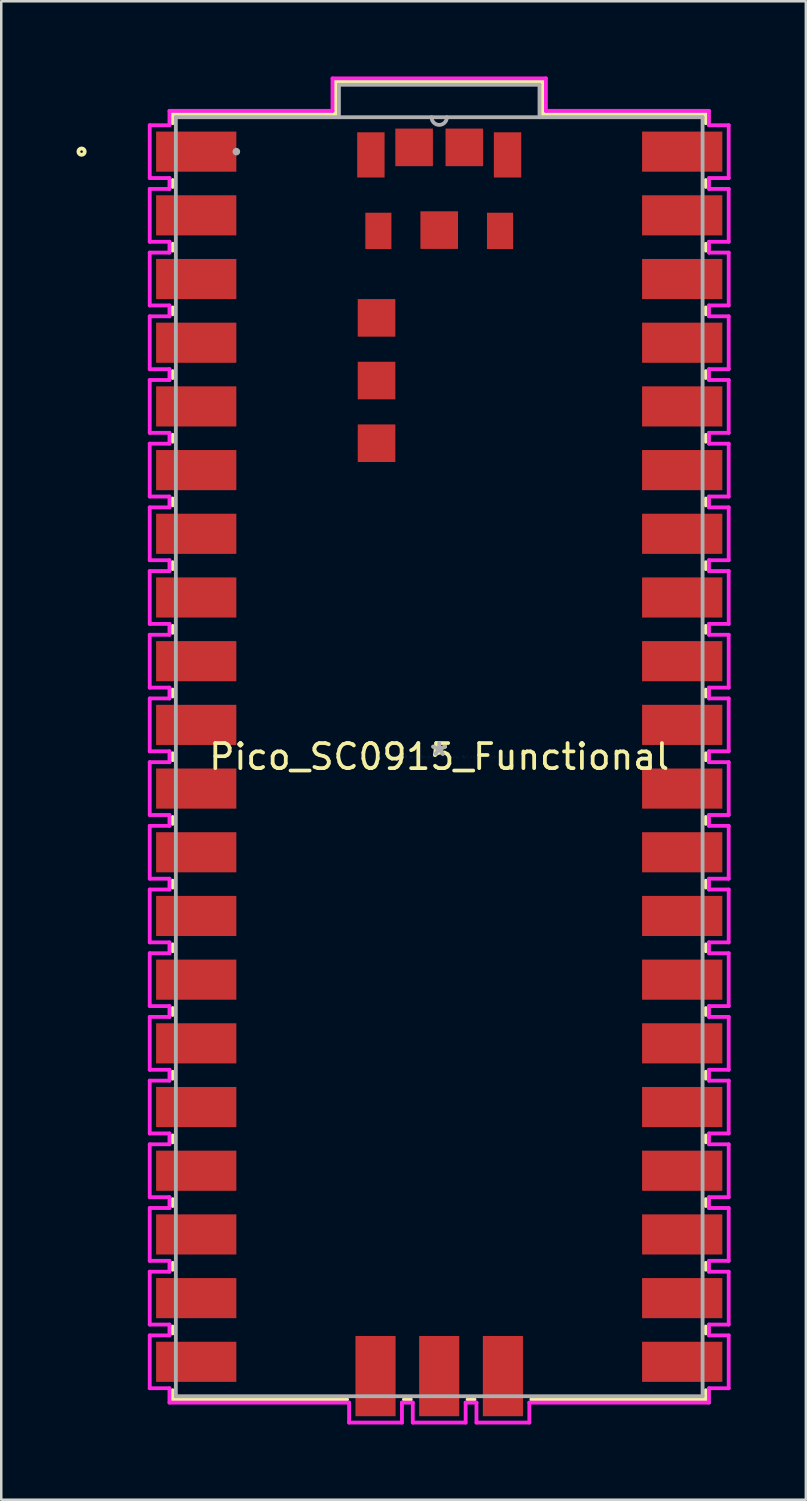
<source format=kicad_pcb>
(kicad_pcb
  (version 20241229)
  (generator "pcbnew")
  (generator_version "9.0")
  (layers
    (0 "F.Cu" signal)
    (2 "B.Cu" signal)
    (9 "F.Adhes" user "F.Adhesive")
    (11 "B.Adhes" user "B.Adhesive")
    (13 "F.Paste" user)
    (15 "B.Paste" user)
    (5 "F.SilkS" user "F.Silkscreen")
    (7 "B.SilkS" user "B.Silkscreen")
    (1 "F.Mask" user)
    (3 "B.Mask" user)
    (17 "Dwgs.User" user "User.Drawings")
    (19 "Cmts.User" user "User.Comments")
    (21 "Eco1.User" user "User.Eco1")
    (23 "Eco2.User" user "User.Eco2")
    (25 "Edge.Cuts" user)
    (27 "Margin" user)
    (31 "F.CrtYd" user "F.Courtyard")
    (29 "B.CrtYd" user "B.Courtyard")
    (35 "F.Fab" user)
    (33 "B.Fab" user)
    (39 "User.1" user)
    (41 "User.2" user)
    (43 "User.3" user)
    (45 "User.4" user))
  (footprint "Pico_SC0915_Functional"
    (layer "F.Cu")
    (at 14.465 27.127)
    (property "Reference" "Pico_SC0915_Functional" (at 0 0 0) (layer "F.SilkS") (effects (font (size 1 1) (thickness 0.15))))
    (attr through_hole)
    (fp_line (start -10.63 -25.629) (end -4.128 -25.629) (stroke (width 0.152) (type solid)) (layer "F.SilkS"))
    (fp_line (start -10.63 -25.263) (end -10.63 -25.629) (stroke (width 0.152) (type solid)) (layer "F.SilkS"))
    (fp_line (start -10.63 -22.723) (end -10.63 -22.997) (stroke (width 0.152) (type solid)) (layer "F.SilkS"))
    (fp_line (start -10.63 -20.183) (end -10.63 -20.457) (stroke (width 0.152) (type solid)) (layer "F.SilkS"))
    (fp_line (start -10.63 -17.643) (end -10.63 -17.917) (stroke (width 0.152) (type solid)) (layer "F.SilkS"))
    (fp_line (start -10.63 -15.103) (end -10.63 -15.377) (stroke (width 0.152) (type solid)) (layer "F.SilkS"))
    (fp_line (start -10.63 -12.563) (end -10.63 -12.837) (stroke (width 0.152) (type solid)) (layer "F.SilkS"))
    (fp_line (start -10.63 -10.023) (end -10.63 -10.297) (stroke (width 0.152) (type solid)) (layer "F.SilkS"))
    (fp_line (start -10.63 -7.483) (end -10.63 -7.757) (stroke (width 0.152) (type solid)) (layer "F.SilkS"))
    (fp_line (start -10.63 -4.943) (end -10.63 -5.217) (stroke (width 0.152) (type solid)) (layer "F.SilkS"))
    (fp_line (start -10.63 -2.403) (end -10.63 -2.677) (stroke (width 0.152) (type solid)) (layer "F.SilkS"))
    (fp_line (start -10.63 0.137) (end -10.63 -0.137) (stroke (width 0.152) (type solid)) (layer "F.SilkS"))
    (fp_line (start -10.63 2.677) (end -10.63 2.403) (stroke (width 0.152) (type solid)) (layer "F.SilkS"))
    (fp_line (start -10.63 5.217) (end -10.63 4.943) (stroke (width 0.152) (type solid)) (layer "F.SilkS"))
    (fp_line (start -10.63 7.757) (end -10.63 7.483) (stroke (width 0.152) (type solid)) (layer "F.SilkS"))
    (fp_line (start -10.63 10.297) (end -10.63 10.023) (stroke (width 0.152) (type solid)) (layer "F.SilkS"))
    (fp_line (start -10.63 12.837) (end -10.63 12.563) (stroke (width 0.152) (type solid)) (layer "F.SilkS"))
    (fp_line (start -10.63 15.377) (end -10.63 15.103) (stroke (width 0.152) (type solid)) (layer "F.SilkS"))
    (fp_line (start -10.63 17.917) (end -10.63 17.643) (stroke (width 0.152) (type solid)) (layer "F.SilkS"))
    (fp_line (start -10.63 20.457) (end -10.63 20.183) (stroke (width 0.152) (type solid)) (layer "F.SilkS"))
    (fp_line (start -10.63 22.997) (end -10.63 22.723) (stroke (width 0.152) (type solid)) (layer "F.SilkS"))
    (fp_line (start -10.63 25.629) (end -10.63 25.263) (stroke (width 0.152) (type solid)) (layer "F.SilkS"))
    (fp_line (start -4.128 -26.924) (end 4.128 -26.924) (stroke (width 0.152) (type solid)) (layer "F.SilkS"))
    (fp_line (start -4.128 -25.629) (end -4.128 -26.924) (stroke (width 0.152) (type solid)) (layer "F.SilkS"))
    (fp_line (start -3.673 25.629) (end -10.63 25.629) (stroke (width 0.152) (type solid)) (layer "F.SilkS"))
    (fp_line (start -1.133 25.629) (end -1.407 25.629) (stroke (width 0.152) (type solid)) (layer "F.SilkS"))
    (fp_line (start 1.407 25.629) (end 1.133 25.629) (stroke (width 0.152) (type solid)) (layer "F.SilkS"))
    (fp_line (start 4.128 -26.924) (end 4.128 -25.629) (stroke (width 0.152) (type solid)) (layer "F.SilkS"))
    (fp_line (start 4.128 -25.629) (end 10.63 -25.629) (stroke (width 0.152) (type solid)) (layer "F.SilkS"))
    (fp_line (start 10.63 -25.629) (end 10.63 -25.263) (stroke (width 0.152) (type solid)) (layer "F.SilkS"))
    (fp_line (start 10.63 -22.997) (end 10.63 -22.723) (stroke (width 0.152) (type solid)) (layer "F.SilkS"))
    (fp_line (start 10.63 -20.457) (end 10.63 -20.183) (stroke (width 0.152) (type solid)) (layer "F.SilkS"))
    (fp_line (start 10.63 -17.917) (end 10.63 -17.643) (stroke (width 0.152) (type solid)) (layer "F.SilkS"))
    (fp_line (start 10.63 -15.377) (end 10.63 -15.103) (stroke (width 0.152) (type solid)) (layer "F.SilkS"))
    (fp_line (start 10.63 -12.837) (end 10.63 -12.563) (stroke (width 0.152) (type solid)) (layer "F.SilkS"))
    (fp_line (start 10.63 -10.297) (end 10.63 -10.023) (stroke (width 0.152) (type solid)) (layer "F.SilkS"))
    (fp_line (start 10.63 -7.757) (end 10.63 -7.483) (stroke (width 0.152) (type solid)) (layer "F.SilkS"))
    (fp_line (start 10.63 -5.217) (end 10.63 -4.943) (stroke (width 0.152) (type solid)) (layer "F.SilkS"))
    (fp_line (start 10.63 -2.677) (end 10.63 -2.403) (stroke (width 0.152) (type solid)) (layer "F.SilkS"))
    (fp_line (start 10.63 -0.137) (end 10.63 0.137) (stroke (width 0.152) (type solid)) (layer "F.SilkS"))
    (fp_line (start 10.63 2.403) (end 10.63 2.677) (stroke (width 0.152) (type solid)) (layer "F.SilkS"))
    (fp_line (start 10.63 4.943) (end 10.63 5.217) (stroke (width 0.152) (type solid)) (layer "F.SilkS"))
    (fp_line (start 10.63 7.483) (end 10.63 7.757) (stroke (width 0.152) (type solid)) (layer "F.SilkS"))
    (fp_line (start 10.63 10.023) (end 10.63 10.297) (stroke (width 0.152) (type solid)) (layer "F.SilkS"))
    (fp_line (start 10.63 12.563) (end 10.63 12.837) (stroke (width 0.152) (type solid)) (layer "F.SilkS"))
    (fp_line (start 10.63 15.103) (end 10.63 15.377) (stroke (width 0.152) (type solid)) (layer "F.SilkS"))
    (fp_line (start 10.63 17.643) (end 10.63 17.917) (stroke (width 0.152) (type solid)) (layer "F.SilkS"))
    (fp_line (start 10.63 20.183) (end 10.63 20.457) (stroke (width 0.152) (type solid)) (layer "F.SilkS"))
    (fp_line (start 10.63 22.723) (end 10.63 22.997) (stroke (width 0.152) (type solid)) (layer "F.SilkS"))
    (fp_line (start 10.63 25.263) (end 10.63 25.629) (stroke (width 0.152) (type solid)) (layer "F.SilkS"))
    (fp_line (start 10.63 25.629) (end 3.673 25.629) (stroke (width 0.152) (type solid)) (layer "F.SilkS"))
    (fp_circle (center -14.262 -24.13) (end -14.135 -24.13) (stroke (width 0.152) (type solid)) (fill no) (layer "F.SilkS"))
    (fp_line (start -11.544 -25.184) (end -11.544 -23.076) (stroke (width 0.152) (type solid)) (layer "F.CrtYd"))
    (fp_line (start -11.544 -23.076) (end -10.757 -23.076) (stroke (width 0.152) (type solid)) (layer "F.CrtYd"))
    (fp_line (start -11.544 -22.644) (end -11.544 -20.536) (stroke (width 0.152) (type solid)) (layer "F.CrtYd"))
    (fp_line (start -11.544 -20.536) (end -10.757 -20.536) (stroke (width 0.152) (type solid)) (layer "F.CrtYd"))
    (fp_line (start -11.544 -20.104) (end -11.544 -17.996) (stroke (width 0.152) (type solid)) (layer "F.CrtYd"))
    (fp_line (start -11.544 -17.996) (end -10.757 -17.996) (stroke (width 0.152) (type solid)) (layer "F.CrtYd"))
    (fp_line (start -11.544 -17.564) (end -11.544 -15.456) (stroke (width 0.152) (type solid)) (layer "F.CrtYd"))
    (fp_line (start -11.544 -15.456) (end -10.757 -15.456) (stroke (width 0.152) (type solid)) (layer "F.CrtYd"))
    (fp_line (start -11.544 -15.024) (end -11.544 -12.916) (stroke (width 0.152) (type solid)) (layer "F.CrtYd"))
    (fp_line (start -11.544 -12.916) (end -10.757 -12.916) (stroke (width 0.152) (type solid)) (layer "F.CrtYd"))
    (fp_line (start -11.544 -12.484) (end -11.544 -10.376) (stroke (width 0.152) (type solid)) (layer "F.CrtYd"))
    (fp_line (start -11.544 -10.376) (end -10.757 -10.376) (stroke (width 0.152) (type solid)) (layer "F.CrtYd"))
    (fp_line (start -11.544 -9.944) (end -11.544 -7.836) (stroke (width 0.152) (type solid)) (layer "F.CrtYd"))
    (fp_line (start -11.544 -7.836) (end -10.757 -7.836) (stroke (width 0.152) (type solid)) (layer "F.CrtYd"))
    (fp_line (start -11.544 -7.404) (end -11.544 -5.296) (stroke (width 0.152) (type solid)) (layer "F.CrtYd"))
    (fp_line (start -11.544 -5.296) (end -10.757 -5.296) (stroke (width 0.152) (type solid)) (layer "F.CrtYd"))
    (fp_line (start -11.544 -4.864) (end -11.544 -2.756) (stroke (width 0.152) (type solid)) (layer "F.CrtYd"))
    (fp_line (start -11.544 -2.756) (end -10.757 -2.756) (stroke (width 0.152) (type solid)) (layer "F.CrtYd"))
    (fp_line (start -11.544 -2.324) (end -11.544 -0.216) (stroke (width 0.152) (type solid)) (layer "F.CrtYd"))
    (fp_line (start -11.544 -0.216) (end -10.757 -0.216) (stroke (width 0.152) (type solid)) (layer "F.CrtYd"))
    (fp_line (start -11.544 0.216) (end -11.544 2.324) (stroke (width 0.152) (type solid)) (layer "F.CrtYd"))
    (fp_line (start -11.544 2.324) (end -10.757 2.324) (stroke (width 0.152) (type solid)) (layer "F.CrtYd"))
    (fp_line (start -11.544 2.756) (end -11.544 4.864) (stroke (width 0.152) (type solid)) (layer "F.CrtYd"))
    (fp_line (start -11.544 4.864) (end -10.757 4.864) (stroke (width 0.152) (type solid)) (layer "F.CrtYd"))
    (fp_line (start -11.544 5.296) (end -11.544 7.404) (stroke (width 0.152) (type solid)) (layer "F.CrtYd"))
    (fp_line (start -11.544 7.404) (end -10.757 7.404) (stroke (width 0.152) (type solid)) (layer "F.CrtYd"))
    (fp_line (start -11.544 7.836) (end -11.544 9.944) (stroke (width 0.152) (type solid)) (layer "F.CrtYd"))
    (fp_line (start -11.544 9.944) (end -10.757 9.944) (stroke (width 0.152) (type solid)) (layer "F.CrtYd"))
    (fp_line (start -11.544 10.376) (end -11.544 12.484) (stroke (width 0.152) (type solid)) (layer "F.CrtYd"))
    (fp_line (start -11.544 12.484) (end -10.757 12.484) (stroke (width 0.152) (type solid)) (layer "F.CrtYd"))
    (fp_line (start -11.544 12.916) (end -11.544 15.024) (stroke (width 0.152) (type solid)) (layer "F.CrtYd"))
    (fp_line (start -11.544 15.024) (end -10.757 15.024) (stroke (width 0.152) (type solid)) (layer "F.CrtYd"))
    (fp_line (start -11.544 15.456) (end -11.544 17.564) (stroke (width 0.152) (type solid)) (layer "F.CrtYd"))
    (fp_line (start -11.544 17.564) (end -10.757 17.564) (stroke (width 0.152) (type solid)) (layer "F.CrtYd"))
    (fp_line (start -11.544 17.996) (end -11.544 20.104) (stroke (width 0.152) (type solid)) (layer "F.CrtYd"))
    (fp_line (start -11.544 20.104) (end -10.757 20.104) (stroke (width 0.152) (type solid)) (layer "F.CrtYd"))
    (fp_line (start -11.544 20.536) (end -11.544 22.644) (stroke (width 0.152) (type solid)) (layer "F.CrtYd"))
    (fp_line (start -11.544 22.644) (end -10.757 22.644) (stroke (width 0.152) (type solid)) (layer "F.CrtYd"))
    (fp_line (start -11.544 23.076) (end -11.544 25.184) (stroke (width 0.152) (type solid)) (layer "F.CrtYd"))
    (fp_line (start -11.544 25.184) (end -10.757 25.184) (stroke (width 0.152) (type solid)) (layer "F.CrtYd"))
    (fp_line (start -10.757 -25.756) (end -10.757 -25.184) (stroke (width 0.152) (type solid)) (layer "F.CrtYd"))
    (fp_line (start -10.757 -25.184) (end -11.544 -25.184) (stroke (width 0.152) (type solid)) (layer "F.CrtYd"))
    (fp_line (start -10.757 -23.076) (end -10.757 -22.644) (stroke (width 0.152) (type solid)) (layer "F.CrtYd"))
    (fp_line (start -10.757 -22.644) (end -11.544 -22.644) (stroke (width 0.152) (type solid)) (layer "F.CrtYd"))
    (fp_line (start -10.757 -20.536) (end -10.757 -20.104) (stroke (width 0.152) (type solid)) (layer "F.CrtYd"))
    (fp_line (start -10.757 -20.104) (end -11.544 -20.104) (stroke (width 0.152) (type solid)) (layer "F.CrtYd"))
    (fp_line (start -10.757 -17.996) (end -10.757 -17.564) (stroke (width 0.152) (type solid)) (layer "F.CrtYd"))
    (fp_line (start -10.757 -17.564) (end -11.544 -17.564) (stroke (width 0.152) (type solid)) (layer "F.CrtYd"))
    (fp_line (start -10.757 -15.456) (end -10.757 -15.024) (stroke (width 0.152) (type solid)) (layer "F.CrtYd"))
    (fp_line (start -10.757 -15.024) (end -11.544 -15.024) (stroke (width 0.152) (type solid)) (layer "F.CrtYd"))
    (fp_line (start -10.757 -12.916) (end -10.757 -12.484) (stroke (width 0.152) (type solid)) (layer "F.CrtYd"))
    (fp_line (start -10.757 -12.484) (end -11.544 -12.484) (stroke (width 0.152) (type solid)) (layer "F.CrtYd"))
    (fp_line (start -10.757 -10.376) (end -10.757 -9.944) (stroke (width 0.152) (type solid)) (layer "F.CrtYd"))
    (fp_line (start -10.757 -9.944) (end -11.544 -9.944) (stroke (width 0.152) (type solid)) (layer "F.CrtYd"))
    (fp_line (start -10.757 -7.836) (end -10.757 -7.404) (stroke (width 0.152) (type solid)) (layer "F.CrtYd"))
    (fp_line (start -10.757 -7.404) (end -11.544 -7.404) (stroke (width 0.152) (type solid)) (layer "F.CrtYd"))
    (fp_line (start -10.757 -5.296) (end -10.757 -4.864) (stroke (width 0.152) (type solid)) (layer "F.CrtYd"))
    (fp_line (start -10.757 -4.864) (end -11.544 -4.864) (stroke (width 0.152) (type solid)) (layer "F.CrtYd"))
    (fp_line (start -10.757 -2.756) (end -10.757 -2.324) (stroke (width 0.152) (type solid)) (layer "F.CrtYd"))
    (fp_line (start -10.757 -2.324) (end -11.544 -2.324) (stroke (width 0.152) (type solid)) (layer "F.CrtYd"))
    (fp_line (start -10.757 -0.216) (end -10.757 0.216) (stroke (width 0.152) (type solid)) (layer "F.CrtYd"))
    (fp_line (start -10.757 0.216) (end -11.544 0.216) (stroke (width 0.152) (type solid)) (layer "F.CrtYd"))
    (fp_line (start -10.757 2.324) (end -10.757 2.756) (stroke (width 0.152) (type solid)) (layer "F.CrtYd"))
    (fp_line (start -10.757 2.756) (end -11.544 2.756) (stroke (width 0.152) (type solid)) (layer "F.CrtYd"))
    (fp_line (start -10.757 4.864) (end -10.757 5.296) (stroke (width 0.152) (type solid)) (layer "F.CrtYd"))
    (fp_line (start -10.757 5.296) (end -11.544 5.296) (stroke (width 0.152) (type solid)) (layer "F.CrtYd"))
    (fp_line (start -10.757 7.404) (end -10.757 7.836) (stroke (width 0.152) (type solid)) (layer "F.CrtYd"))
    (fp_line (start -10.757 7.836) (end -11.544 7.836) (stroke (width 0.152) (type solid)) (layer "F.CrtYd"))
    (fp_line (start -10.757 9.944) (end -10.757 10.376) (stroke (width 0.152) (type solid)) (layer "F.CrtYd"))
    (fp_line (start -10.757 10.376) (end -11.544 10.376) (stroke (width 0.152) (type solid)) (layer "F.CrtYd"))
    (fp_line (start -10.757 12.484) (end -10.757 12.916) (stroke (width 0.152) (type solid)) (layer "F.CrtYd"))
    (fp_line (start -10.757 12.916) (end -11.544 12.916) (stroke (width 0.152) (type solid)) (layer "F.CrtYd"))
    (fp_line (start -10.757 15.024) (end -10.757 15.456) (stroke (width 0.152) (type solid)) (layer "F.CrtYd"))
    (fp_line (start -10.757 15.456) (end -11.544 15.456) (stroke (width 0.152) (type solid)) (layer "F.CrtYd"))
    (fp_line (start -10.757 17.564) (end -10.757 17.996) (stroke (width 0.152) (type solid)) (layer "F.CrtYd"))
    (fp_line (start -10.757 17.996) (end -11.544 17.996) (stroke (width 0.152) (type solid)) (layer "F.CrtYd"))
    (fp_line (start -10.757 20.104) (end -10.757 20.536) (stroke (width 0.152) (type solid)) (layer "F.CrtYd"))
    (fp_line (start -10.757 20.536) (end -11.544 20.536) (stroke (width 0.152) (type solid)) (layer "F.CrtYd"))
    (fp_line (start -10.757 22.644) (end -10.757 23.076) (stroke (width 0.152) (type solid)) (layer "F.CrtYd"))
    (fp_line (start -10.757 23.076) (end -11.544 23.076) (stroke (width 0.152) (type solid)) (layer "F.CrtYd"))
    (fp_line (start -10.757 25.184) (end -10.757 25.756) (stroke (width 0.152) (type solid)) (layer "F.CrtYd"))
    (fp_line (start -10.757 25.756) (end -3.594 25.756) (stroke (width 0.152) (type solid)) (layer "F.CrtYd"))
    (fp_line (start -4.255 -27.051) (end -4.255 -25.756) (stroke (width 0.152) (type solid)) (layer "F.CrtYd"))
    (fp_line (start -4.255 -25.756) (end -10.757 -25.756) (stroke (width 0.152) (type solid)) (layer "F.CrtYd"))
    (fp_line (start -3.594 25.756) (end -3.594 26.553) (stroke (width 0.152) (type solid)) (layer "F.CrtYd"))
    (fp_line (start -3.594 26.553) (end -1.486 26.553) (stroke (width 0.152) (type solid)) (layer "F.CrtYd"))
    (fp_line (start -1.486 25.756) (end -1.054 25.756) (stroke (width 0.152) (type solid)) (layer "F.CrtYd"))
    (fp_line (start -1.486 26.553) (end -1.486 25.756) (stroke (width 0.152) (type solid)) (layer "F.CrtYd"))
    (fp_line (start -1.054 25.756) (end -1.054 26.553) (stroke (width 0.152) (type solid)) (layer "F.CrtYd"))
    (fp_line (start -1.054 26.553) (end 1.054 26.553) (stroke (width 0.152) (type solid)) (layer "F.CrtYd"))
    (fp_line (start 1.054 25.756) (end 1.486 25.756) (stroke (width 0.152) (type solid)) (layer "F.CrtYd"))
    (fp_line (start 1.054 26.553) (end 1.054 25.756) (stroke (width 0.152) (type solid)) (layer "F.CrtYd"))
    (fp_line (start 1.486 25.756) (end 1.486 26.553) (stroke (width 0.152) (type solid)) (layer "F.CrtYd"))
    (fp_line (start 1.486 26.553) (end 3.594 26.553) (stroke (width 0.152) (type solid)) (layer "F.CrtYd"))
    (fp_line (start 3.594 25.756) (end 10.757 25.756) (stroke (width 0.152) (type solid)) (layer "F.CrtYd"))
    (fp_line (start 3.594 26.553) (end 3.594 25.756) (stroke (width 0.152) (type solid)) (layer "F.CrtYd"))
    (fp_line (start 4.255 -27.051) (end -4.255 -27.051) (stroke (width 0.152) (type solid)) (layer "F.CrtYd"))
    (fp_line (start 4.255 -25.756) (end 4.255 -27.051) (stroke (width 0.152) (type solid)) (layer "F.CrtYd"))
    (fp_line (start 10.757 -25.756) (end 4.255 -25.756) (stroke (width 0.152) (type solid)) (layer "F.CrtYd"))
    (fp_line (start 10.757 -25.184) (end 10.757 -25.756) (stroke (width 0.152) (type solid)) (layer "F.CrtYd"))
    (fp_line (start 10.757 -23.076) (end 11.544 -23.076) (stroke (width 0.152) (type solid)) (layer "F.CrtYd"))
    (fp_line (start 10.757 -22.644) (end 10.757 -23.076) (stroke (width 0.152) (type solid)) (layer "F.CrtYd"))
    (fp_line (start 10.757 -20.536) (end 11.544 -20.536) (stroke (width 0.152) (type solid)) (layer "F.CrtYd"))
    (fp_line (start 10.757 -20.104) (end 10.757 -20.536) (stroke (width 0.152) (type solid)) (layer "F.CrtYd"))
    (fp_line (start 10.757 -17.996) (end 11.544 -17.996) (stroke (width 0.152) (type solid)) (layer "F.CrtYd"))
    (fp_line (start 10.757 -17.564) (end 10.757 -17.996) (stroke (width 0.152) (type solid)) (layer "F.CrtYd"))
    (fp_line (start 10.757 -15.456) (end 11.544 -15.456) (stroke (width 0.152) (type solid)) (layer "F.CrtYd"))
    (fp_line (start 10.757 -15.024) (end 10.757 -15.456) (stroke (width 0.152) (type solid)) (layer "F.CrtYd"))
    (fp_line (start 10.757 -12.916) (end 11.544 -12.916) (stroke (width 0.152) (type solid)) (layer "F.CrtYd"))
    (fp_line (start 10.757 -12.484) (end 10.757 -12.916) (stroke (width 0.152) (type solid)) (layer "F.CrtYd"))
    (fp_line (start 10.757 -10.376) (end 11.544 -10.376) (stroke (width 0.152) (type solid)) (layer "F.CrtYd"))
    (fp_line (start 10.757 -9.944) (end 10.757 -10.376) (stroke (width 0.152) (type solid)) (layer "F.CrtYd"))
    (fp_line (start 10.757 -7.836) (end 11.544 -7.836) (stroke (width 0.152) (type solid)) (layer "F.CrtYd"))
    (fp_line (start 10.757 -7.404) (end 10.757 -7.836) (stroke (width 0.152) (type solid)) (layer "F.CrtYd"))
    (fp_line (start 10.757 -5.296) (end 11.544 -5.296) (stroke (width 0.152) (type solid)) (layer "F.CrtYd"))
    (fp_line (start 10.757 -4.864) (end 10.757 -5.296) (stroke (width 0.152) (type solid)) (layer "F.CrtYd"))
    (fp_line (start 10.757 -2.756) (end 11.544 -2.756) (stroke (width 0.152) (type solid)) (layer "F.CrtYd"))
    (fp_line (start 10.757 -2.324) (end 10.757 -2.756) (stroke (width 0.152) (type solid)) (layer "F.CrtYd"))
    (fp_line (start 10.757 -0.216) (end 11.544 -0.216) (stroke (width 0.152) (type solid)) (layer "F.CrtYd"))
    (fp_line (start 10.757 0.216) (end 10.757 -0.216) (stroke (width 0.152) (type solid)) (layer "F.CrtYd"))
    (fp_line (start 10.757 2.324) (end 11.544 2.324) (stroke (width 0.152) (type solid)) (layer "F.CrtYd"))
    (fp_line (start 10.757 2.756) (end 10.757 2.324) (stroke (width 0.152) (type solid)) (layer "F.CrtYd"))
    (fp_line (start 10.757 4.864) (end 11.544 4.864) (stroke (width 0.152) (type solid)) (layer "F.CrtYd"))
    (fp_line (start 10.757 5.296) (end 10.757 4.864) (stroke (width 0.152) (type solid)) (layer "F.CrtYd"))
    (fp_line (start 10.757 7.404) (end 11.544 7.404) (stroke (width 0.152) (type solid)) (layer "F.CrtYd"))
    (fp_line (start 10.757 7.836) (end 10.757 7.404) (stroke (width 0.152) (type solid)) (layer "F.CrtYd"))
    (fp_line (start 10.757 9.944) (end 11.544 9.944) (stroke (width 0.152) (type solid)) (layer "F.CrtYd"))
    (fp_line (start 10.757 10.376) (end 10.757 9.944) (stroke (width 0.152) (type solid)) (layer "F.CrtYd"))
    (fp_line (start 10.757 12.484) (end 11.544 12.484) (stroke (width 0.152) (type solid)) (layer "F.CrtYd"))
    (fp_line (start 10.757 12.916) (end 10.757 12.484) (stroke (width 0.152) (type solid)) (layer "F.CrtYd"))
    (fp_line (start 10.757 15.024) (end 11.544 15.024) (stroke (width 0.152) (type solid)) (layer "F.CrtYd"))
    (fp_line (start 10.757 15.456) (end 10.757 15.024) (stroke (width 0.152) (type solid)) (layer "F.CrtYd"))
    (fp_line (start 10.757 17.564) (end 11.544 17.564) (stroke (width 0.152) (type solid)) (layer "F.CrtYd"))
    (fp_line (start 10.757 17.996) (end 10.757 17.564) (stroke (width 0.152) (type solid)) (layer "F.CrtYd"))
    (fp_line (start 10.757 20.104) (end 11.544 20.104) (stroke (width 0.152) (type solid)) (layer "F.CrtYd"))
    (fp_line (start 10.757 20.536) (end 10.757 20.104) (stroke (width 0.152) (type solid)) (layer "F.CrtYd"))
    (fp_line (start 10.757 22.644) (end 11.544 22.644) (stroke (width 0.152) (type solid)) (layer "F.CrtYd"))
    (fp_line (start 10.757 23.076) (end 10.757 22.644) (stroke (width 0.152) (type solid)) (layer "F.CrtYd"))
    (fp_line (start 10.757 25.184) (end 11.544 25.184) (stroke (width 0.152) (type solid)) (layer "F.CrtYd"))
    (fp_line (start 10.757 25.756) (end 10.757 25.184) (stroke (width 0.152) (type solid)) (layer "F.CrtYd"))
    (fp_line (start 11.544 -25.184) (end 10.757 -25.184) (stroke (width 0.152) (type solid)) (layer "F.CrtYd"))
    (fp_line (start 11.544 -23.076) (end 11.544 -25.184) (stroke (width 0.152) (type solid)) (layer "F.CrtYd"))
    (fp_line (start 11.544 -22.644) (end 10.757 -22.644) (stroke (width 0.152) (type solid)) (layer "F.CrtYd"))
    (fp_line (start 11.544 -20.536) (end 11.544 -22.644) (stroke (width 0.152) (type solid)) (layer "F.CrtYd"))
    (fp_line (start 11.544 -20.104) (end 10.757 -20.104) (stroke (width 0.152) (type solid)) (layer "F.CrtYd"))
    (fp_line (start 11.544 -17.996) (end 11.544 -20.104) (stroke (width 0.152) (type solid)) (layer "F.CrtYd"))
    (fp_line (start 11.544 -17.564) (end 10.757 -17.564) (stroke (width 0.152) (type solid)) (layer "F.CrtYd"))
    (fp_line (start 11.544 -15.456) (end 11.544 -17.564) (stroke (width 0.152) (type solid)) (layer "F.CrtYd"))
    (fp_line (start 11.544 -15.024) (end 10.757 -15.024) (stroke (width 0.152) (type solid)) (layer "F.CrtYd"))
    (fp_line (start 11.544 -12.916) (end 11.544 -15.024) (stroke (width 0.152) (type solid)) (layer "F.CrtYd"))
    (fp_line (start 11.544 -12.484) (end 10.757 -12.484) (stroke (width 0.152) (type solid)) (layer "F.CrtYd"))
    (fp_line (start 11.544 -10.376) (end 11.544 -12.484) (stroke (width 0.152) (type solid)) (layer "F.CrtYd"))
    (fp_line (start 11.544 -9.944) (end 10.757 -9.944) (stroke (width 0.152) (type solid)) (layer "F.CrtYd"))
    (fp_line (start 11.544 -7.836) (end 11.544 -9.944) (stroke (width 0.152) (type solid)) (layer "F.CrtYd"))
    (fp_line (start 11.544 -7.404) (end 10.757 -7.404) (stroke (width 0.152) (type solid)) (layer "F.CrtYd"))
    (fp_line (start 11.544 -5.296) (end 11.544 -7.404) (stroke (width 0.152) (type solid)) (layer "F.CrtYd"))
    (fp_line (start 11.544 -4.864) (end 10.757 -4.864) (stroke (width 0.152) (type solid)) (layer "F.CrtYd"))
    (fp_line (start 11.544 -2.756) (end 11.544 -4.864) (stroke (width 0.152) (type solid)) (layer "F.CrtYd"))
    (fp_line (start 11.544 -2.324) (end 10.757 -2.324) (stroke (width 0.152) (type solid)) (layer "F.CrtYd"))
    (fp_line (start 11.544 -0.216) (end 11.544 -2.324) (stroke (width 0.152) (type solid)) (layer "F.CrtYd"))
    (fp_line (start 11.544 0.216) (end 10.757 0.216) (stroke (width 0.152) (type solid)) (layer "F.CrtYd"))
    (fp_line (start 11.544 2.324) (end 11.544 0.216) (stroke (width 0.152) (type solid)) (layer "F.CrtYd"))
    (fp_line (start 11.544 2.756) (end 10.757 2.756) (stroke (width 0.152) (type solid)) (layer "F.CrtYd"))
    (fp_line (start 11.544 4.864) (end 11.544 2.756) (stroke (width 0.152) (type solid)) (layer "F.CrtYd"))
    (fp_line (start 11.544 5.296) (end 10.757 5.296) (stroke (width 0.152) (type solid)) (layer "F.CrtYd"))
    (fp_line (start 11.544 7.404) (end 11.544 5.296) (stroke (width 0.152) (type solid)) (layer "F.CrtYd"))
    (fp_line (start 11.544 7.836) (end 10.757 7.836) (stroke (width 0.152) (type solid)) (layer "F.CrtYd"))
    (fp_line (start 11.544 9.944) (end 11.544 7.836) (stroke (width 0.152) (type solid)) (layer "F.CrtYd"))
    (fp_line (start 11.544 10.376) (end 10.757 10.376) (stroke (width 0.152) (type solid)) (layer "F.CrtYd"))
    (fp_line (start 11.544 12.484) (end 11.544 10.376) (stroke (width 0.152) (type solid)) (layer "F.CrtYd"))
    (fp_line (start 11.544 12.916) (end 10.757 12.916) (stroke (width 0.152) (type solid)) (layer "F.CrtYd"))
    (fp_line (start 11.544 15.024) (end 11.544 12.916) (stroke (width 0.152) (type solid)) (layer "F.CrtYd"))
    (fp_line (start 11.544 15.456) (end 10.757 15.456) (stroke (width 0.152) (type solid)) (layer "F.CrtYd"))
    (fp_line (start 11.544 17.564) (end 11.544 15.456) (stroke (width 0.152) (type solid)) (layer "F.CrtYd"))
    (fp_line (start 11.544 17.996) (end 10.757 17.996) (stroke (width 0.152) (type solid)) (layer "F.CrtYd"))
    (fp_line (start 11.544 20.104) (end 11.544 17.996) (stroke (width 0.152) (type solid)) (layer "F.CrtYd"))
    (fp_line (start 11.544 20.536) (end 10.757 20.536) (stroke (width 0.152) (type solid)) (layer "F.CrtYd"))
    (fp_line (start 11.544 22.644) (end 11.544 20.536) (stroke (width 0.152) (type solid)) (layer "F.CrtYd"))
    (fp_line (start 11.544 23.076) (end 10.757 23.076) (stroke (width 0.152) (type solid)) (layer "F.CrtYd"))
    (fp_line (start 11.544 25.184) (end 11.544 23.076) (stroke (width 0.152) (type solid)) (layer "F.CrtYd"))
    (fp_line (start -10.503 -25.502) (end -10.503 25.502) (stroke (width 0.152) (type solid)) (layer "F.Fab"))
    (fp_line (start -10.503 25.502) (end 10.503 25.502) (stroke (width 0.152) (type solid)) (layer "F.Fab"))
    (fp_line (start -4 -26.797) (end -4 -25.502) (stroke (width 0.152) (type solid)) (layer "F.Fab"))
    (fp_line (start -4 -26.797) (end 4 -26.797) (stroke (width 0.152) (type solid)) (layer "F.Fab"))
    (fp_line (start 4 -26.797) (end 4 -25.502) (stroke (width 0.152) (type solid)) (layer "F.Fab"))
    (fp_line (start 10.503 -25.502) (end -10.503 -25.502) (stroke (width 0.152) (type solid)) (layer "F.Fab"))
    (fp_line (start 10.503 25.502) (end 10.503 -25.502) (stroke (width 0.152) (type solid)) (layer "F.Fab"))
    (fp_arc (start 0.3048 -25.5016) (mid 0 -25.1968) (end -0.3048 -25.5016) (stroke (width 0.1524) (type solid)) (layer "F.Fab"))
    (fp_circle (center -8.09 -24.13) (end -8.014 -24.13) (stroke (width 0.152) (type solid)) (fill no) (layer "F.Fab"))
    (fp_text user "*" (at 0 0 0) (layer "F.SilkS") (effects (font (size 1 1) (thickness 0.15))))
    (fp_text user "Copyright 2016 Accelerated Designs. All rights reserved." (at 0 0 0) (layer "Cmts.User") (effects (font (size 0.127 0.127) (thickness 0.002))))
    (fp_text user "*" (at 0 0 0) (layer "F.Fab") (effects (font (size 1 1) (thickness 0.15))))
    (pad "1" smd rect (at -9.69 -24.13) (size 3.2 1.6) (layers "F.Cu" "F.Mask" "F.Paste"))
    (pad "2" smd rect (at -9.69 -21.59) (size 3.2 1.6) (layers "F.Cu" "F.Mask" "F.Paste"))
    (pad "3" smd rect (at -9.69 -19.05) (size 3.2 1.6) (layers "F.Cu" "F.Mask" "F.Paste"))
    (pad "4" smd rect (at -9.69 -16.51) (size 3.2 1.6) (layers "F.Cu" "F.Mask" "F.Paste"))
    (pad "5" smd rect (at -9.69 -13.97) (size 3.2 1.6) (layers "F.Cu" "F.Mask" "F.Paste"))
    (pad "6" smd rect (at -9.69 -11.43) (size 3.2 1.6) (layers "F.Cu" "F.Mask" "F.Paste"))
    (pad "7" smd rect (at -9.69 -8.89) (size 3.2 1.6) (layers "F.Cu" "F.Mask" "F.Paste"))
    (pad "8" smd rect (at -9.69 -6.35) (size 3.2 1.6) (layers "F.Cu" "F.Mask" "F.Paste"))
    (pad "9" smd rect (at -9.69 -3.81) (size 3.2 1.6) (layers "F.Cu" "F.Mask" "F.Paste"))
    (pad "10" smd rect (at -9.69 -1.27) (size 3.2 1.6) (layers "F.Cu" "F.Mask" "F.Paste"))
    (pad "11" smd rect (at -9.69 1.27) (size 3.2 1.6) (layers "F.Cu" "F.Mask" "F.Paste"))
    (pad "12" smd rect (at -9.69 3.81) (size 3.2 1.6) (layers "F.Cu" "F.Mask" "F.Paste"))
    (pad "13" smd rect (at -9.69 6.35) (size 3.2 1.6) (layers "F.Cu" "F.Mask" "F.Paste"))
    (pad "14" smd rect (at -9.69 8.89) (size 3.2 1.6) (layers "F.Cu" "F.Mask" "F.Paste"))
    (pad "15" smd rect (at -9.69 11.43) (size 3.2 1.6) (layers "F.Cu" "F.Mask" "F.Paste"))
    (pad "16" smd rect (at -9.69 13.97) (size 3.2 1.6) (layers "F.Cu" "F.Mask" "F.Paste"))
    (pad "17" smd rect (at -9.69 16.51) (size 3.2 1.6) (layers "F.Cu" "F.Mask" "F.Paste"))
    (pad "18" smd rect (at -9.69 19.05) (size 3.2 1.6) (layers "F.Cu" "F.Mask" "F.Paste"))
    (pad "19" smd rect (at -9.69 21.59) (size 3.2 1.6) (layers "F.Cu" "F.Mask" "F.Paste"))
    (pad "20" smd rect (at -9.69 24.13) (size 3.2 1.6) (layers "F.Cu" "F.Mask" "F.Paste"))
    (pad "21" smd rect (at 9.69 24.13) (size 3.2 1.6) (layers "F.Cu" "F.Mask" "F.Paste"))
    (pad "22" smd rect (at 9.69 21.59) (size 3.2 1.6) (layers "F.Cu" "F.Mask" "F.Paste"))
    (pad "23" smd rect (at 9.69 19.05) (size 3.2 1.6) (layers "F.Cu" "F.Mask" "F.Paste"))
    (pad "24" smd rect (at 9.69 16.51) (size 3.2 1.6) (layers "F.Cu" "F.Mask" "F.Paste"))
    (pad "25" smd rect (at 9.69 13.97) (size 3.2 1.6) (layers "F.Cu" "F.Mask" "F.Paste"))
    (pad "26" smd rect (at 9.69 11.43) (size 3.2 1.6) (layers "F.Cu" "F.Mask" "F.Paste"))
    (pad "27" smd rect (at 9.69 8.89) (size 3.2 1.6) (layers "F.Cu" "F.Mask" "F.Paste"))
    (pad "28" smd rect (at 9.69 6.35) (size 3.2 1.6) (layers "F.Cu" "F.Mask" "F.Paste"))
    (pad "29" smd rect (at 9.69 3.81) (size 3.2 1.6) (layers "F.Cu" "F.Mask" "F.Paste"))
    (pad "30" smd rect (at 9.69 1.27) (size 3.2 1.6) (layers "F.Cu" "F.Mask" "F.Paste"))
    (pad "31" smd rect (at 9.69 -1.27) (size 3.2 1.6) (layers "F.Cu" "F.Mask" "F.Paste"))
    (pad "32" smd rect (at 9.69 -3.81) (size 3.2 1.6) (layers "F.Cu" "F.Mask" "F.Paste"))
    (pad "33" smd rect (at 9.69 -6.35) (size 3.2 1.6) (layers "F.Cu" "F.Mask" "F.Paste"))
    (pad "34" smd rect (at 9.69 -8.89) (size 3.2 1.6) (layers "F.Cu" "F.Mask" "F.Paste"))
    (pad "35" smd rect (at 9.69 -11.43) (size 3.2 1.6) (layers "F.Cu" "F.Mask" "F.Paste"))
    (pad "36" smd rect (at 9.69 -13.97) (size 3.2 1.6) (layers "F.Cu" "F.Mask" "F.Paste"))
    (pad "37" smd rect (at 9.69 -16.51) (size 3.2 1.6) (layers "F.Cu" "F.Mask" "F.Paste"))
    (pad "38" smd rect (at 9.69 -19.05) (size 3.2 1.6) (layers "F.Cu" "F.Mask" "F.Paste"))
    (pad "39" smd rect (at 9.69 -21.59) (size 3.2 1.6) (layers "F.Cu" "F.Mask" "F.Paste"))
    (pad "40" smd rect (at 9.69 -24.13) (size 3.2 1.6) (layers "F.Cu" "F.Mask" "F.Paste"))
    (pad "A" smd rect (at -2.725 -24) (size 1.092 1.803) (layers "F.Cu" "F.Mask" "F.Paste"))
    (pad "B" smd rect (at 2.725 -24) (size 1.092 1.803) (layers "F.Cu" "F.Mask" "F.Paste"))
    (pad "C" smd rect (at -2.426 -20.97) (size 1.041 1.448) (layers "F.Cu" "F.Mask" "F.Paste"))
    (pad "D" smd rect (at 2.426 -20.97) (size 1.041 1.448) (layers "F.Cu" "F.Mask" "F.Paste"))
    (pad "D1" smd rect (at -2.54 24.699 90) (size 3.2 1.6) (layers "F.Cu" "F.Mask" "F.Paste"))
    (pad "D2" smd rect (at 0 24.699 90) (size 3.2 1.6) (layers "F.Cu" "F.Mask" "F.Paste"))
    (pad "D3" smd rect (at 2.54 24.699 90) (size 3.2 1.6) (layers "F.Cu" "F.Mask" "F.Paste"))
    (pad "TP1" smd rect (at 0 -21.001) (size 1.499 1.499) (layers "F.Cu" "F.Mask" "F.Paste"))
    (pad "TP2" smd rect (at 1.001 -24.3) (size 1.499 1.499) (layers "F.Cu" "F.Mask" "F.Paste"))
    (pad "TP3" smd rect (at -1.001 -24.3) (size 1.499 1.499) (layers "F.Cu" "F.Mask" "F.Paste"))
    (pad "TP4" smd rect (at -2.499 -17.501) (size 1.499 1.499) (layers "F.Cu" "F.Mask" "F.Paste"))
    (pad "TP5" smd rect (at -2.499 -15.001) (size 1.499 1.499) (layers "F.Cu" "F.Mask" "F.Paste"))
    (pad "TP6" smd rect (at -2.499 -12.502) (size 1.499 1.499) (layers "F.Cu" "F.Mask" "F.Paste")))
  (gr_rect
    (start -3 -3)
    (end 29.086 56.757)
    (stroke (width 0.1) (type default))
    (fill no)
    (layer "Edge.Cuts")))
</source>
